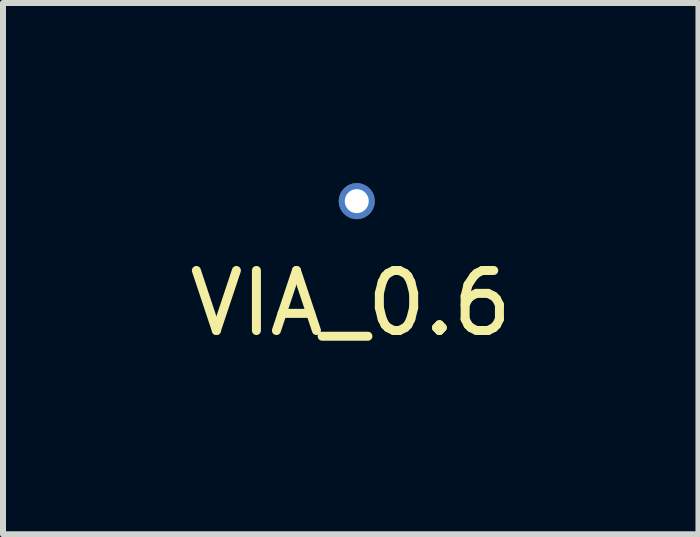
<source format=kicad_pcb>
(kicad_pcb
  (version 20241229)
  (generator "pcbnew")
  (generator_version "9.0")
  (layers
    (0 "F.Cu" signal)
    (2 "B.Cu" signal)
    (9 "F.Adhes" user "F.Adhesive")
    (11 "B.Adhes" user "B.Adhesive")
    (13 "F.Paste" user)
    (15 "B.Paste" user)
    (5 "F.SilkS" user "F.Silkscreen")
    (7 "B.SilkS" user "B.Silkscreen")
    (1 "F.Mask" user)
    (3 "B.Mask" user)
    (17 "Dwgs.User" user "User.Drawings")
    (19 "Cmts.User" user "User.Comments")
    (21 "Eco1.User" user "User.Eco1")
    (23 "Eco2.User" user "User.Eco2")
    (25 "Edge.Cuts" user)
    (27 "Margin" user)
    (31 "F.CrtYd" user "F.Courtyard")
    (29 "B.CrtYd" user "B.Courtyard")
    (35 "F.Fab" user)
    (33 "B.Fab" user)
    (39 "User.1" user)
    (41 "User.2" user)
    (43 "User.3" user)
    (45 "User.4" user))
  (footprint "VIA_0.6"
    (layer "F.Cu")
    (at 2.892 0.3)
    (property "Reference" "VIA_0.6" (at -0.1 1.7 0) (layer "F.SilkS") (effects (font (size 1 1) (thickness 0.15))))
    (attr through_hole)
    (pad "1" thru_hole circle (at 0 0) (size 0.6 0.6) (drill 0.4) (layers "*.Cu")))
  (gr_rect
    (start -3 -3)
    (end 8.583 5.848)
    (stroke (width 0.1) (type default))
    (fill no)
    (layer "Edge.Cuts")))
</source>
